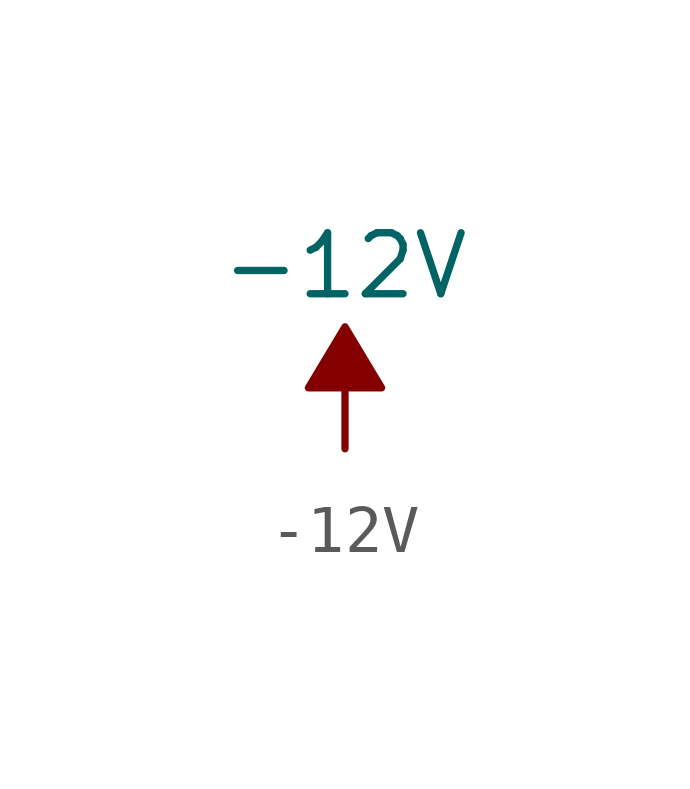
<source format=kicad_sym>
(kicad_symbol_lib
  (version 20220914)
  (generator kicad_symbol_editor)
  (symbol "-12V"
    (power)
    (pin_names
      (offset 0))
    (property "Reference" "#PWR"
      (at 0 2.54 0)
      (effects (font (size 1.27 1.27)) hide))
    (property "Value" "-12V"
      (at 0 3.81 0)
      (effects (font (size 1.27 1.27))))
    (symbol "-12V_0_0"
      (pin power_in line (at 0 0 90) (length 0) hide (name "-12V" (effects (font (size 1.27 1.27)))) (number "1" (effects (font (size 1.27 1.27))))))
    (symbol "-12V_0_1"
      (polyline (pts (xy 0 0) (xy 0 1.27) (xy 0.762 1.27) (xy 0 2.54) (xy -0.762 1.27) (xy 0 1.27)) (stroke (width 0) (type solid)) (fill (type outline))))))
</source>
